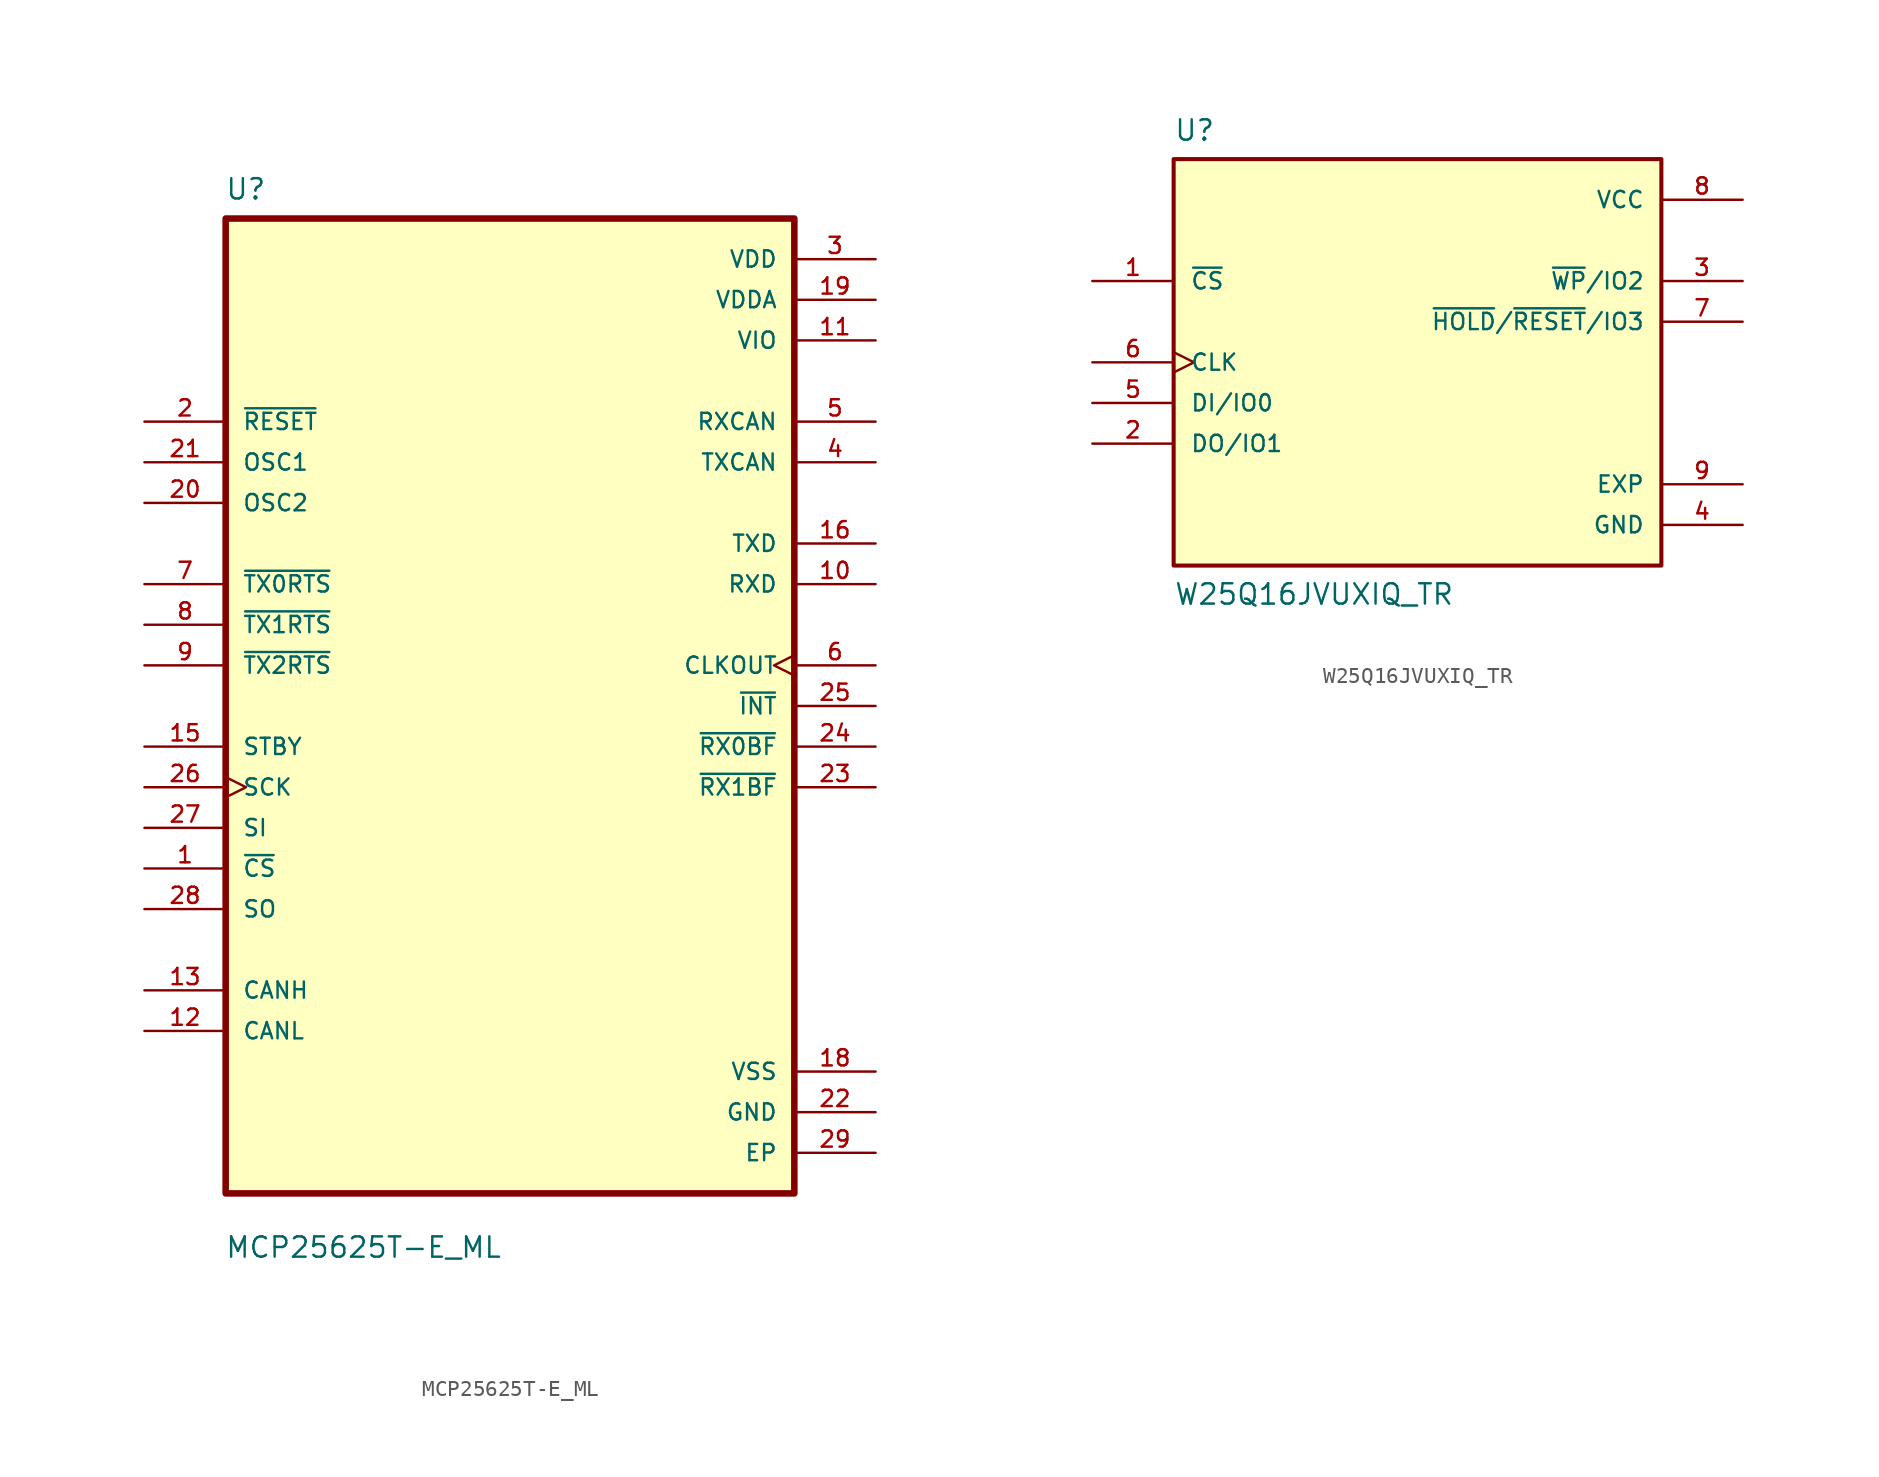
<source format=kicad_sym>
(kicad_symbol_lib
  (version 20220914)
  (generator kicad_symbol_editor)
  (symbol "MCP25625T-E_ML"
    (pin_names
      (offset 1.016))
    (property "Reference" "U"
      (at -17.833 31.574 0)
      (effects (font (size 1.27 1.27)) (justify left bottom)))
    (property "Value" "MCP25625T-E_ML"
      (at -17.841 -34.599 0)
      (effects (font (size 1.27 1.27)) (justify left bottom)))
    (symbol "MCP25625T-E_ML_0_0"
      (rectangle (start -17.78 -30.48) (end 17.78 30.48) (stroke (width 0.41) (type default)) (fill (type background)))
      (pin input line (at -22.86 -10.16 0) (length 5.08) (name "~{CS}" (effects (font (size 1.016 1.016)))) (number "1" (effects (font (size 1.016 1.016)))))
      (pin output line (at 22.86 7.62 180) (length 5.08) (name "RXD" (effects (font (size 1.016 1.016)))) (number "10" (effects (font (size 1.016 1.016)))))
      (pin power_in line (at 22.86 22.86 180) (length 5.08) (name "VIO" (effects (font (size 1.016 1.016)))) (number "11" (effects (font (size 1.016 1.016)))))
      (pin bidirectional line (at -22.86 -20.32 0) (length 5.08) (name "CANL" (effects (font (size 1.016 1.016)))) (number "12" (effects (font (size 1.016 1.016)))))
      (pin bidirectional line (at -22.86 -17.78 0) (length 5.08) (name "CANH" (effects (font (size 1.016 1.016)))) (number "13" (effects (font (size 1.016 1.016)))))
      (pin input line (at -22.86 -2.54 0) (length 5.08) (name "STBY" (effects (font (size 1.016 1.016)))) (number "15" (effects (font (size 1.016 1.016)))))
      (pin input line (at 22.86 10.16 180) (length 5.08) (name "TXD" (effects (font (size 1.016 1.016)))) (number "16" (effects (font (size 1.016 1.016)))))
      (pin power_in line (at 22.86 -22.86 180) (length 5.08) (name "VSS" (effects (font (size 1.016 1.016)))) (number "18" (effects (font (size 1.016 1.016)))))
      (pin power_in line (at 22.86 25.4 180) (length 5.08) (name "VDDA" (effects (font (size 1.016 1.016)))) (number "19" (effects (font (size 1.016 1.016)))))
      (pin input line (at -22.86 17.78 0) (length 5.08) (name "~{RESET}" (effects (font (size 1.016 1.016)))) (number "2" (effects (font (size 1.016 1.016)))))
      (pin output line (at -22.86 12.7 0) (length 5.08) (name "OSC2" (effects (font (size 1.016 1.016)))) (number "20" (effects (font (size 1.016 1.016)))))
      (pin input line (at -22.86 15.24 0) (length 5.08) (name "OSC1" (effects (font (size 1.016 1.016)))) (number "21" (effects (font (size 1.016 1.016)))))
      (pin power_in line (at 22.86 -25.4 180) (length 5.08) (name "GND" (effects (font (size 1.016 1.016)))) (number "22" (effects (font (size 1.016 1.016)))))
      (pin output line (at 22.86 -5.08 180) (length 5.08) (name "~{RX1BF}" (effects (font (size 1.016 1.016)))) (number "23" (effects (font (size 1.016 1.016)))))
      (pin output line (at 22.86 -2.54 180) (length 5.08) (name "~{RX0BF}" (effects (font (size 1.016 1.016)))) (number "24" (effects (font (size 1.016 1.016)))))
      (pin output line (at 22.86 0 180) (length 5.08) (name "~{INT}" (effects (font (size 1.016 1.016)))) (number "25" (effects (font (size 1.016 1.016)))))
      (pin input clock (at -22.86 -5.08 0) (length 5.08) (name "SCK" (effects (font (size 1.016 1.016)))) (number "26" (effects (font (size 1.016 1.016)))))
      (pin input line (at -22.86 -7.62 0) (length 5.08) (name "SI" (effects (font (size 1.016 1.016)))) (number "27" (effects (font (size 1.016 1.016)))))
      (pin output line (at -22.86 -12.7 0) (length 5.08) (name "SO" (effects (font (size 1.016 1.016)))) (number "28" (effects (font (size 1.016 1.016)))))
      (pin power_in line (at 22.86 -27.94 180) (length 5.08) (name "EP" (effects (font (size 1.016 1.016)))) (number "29" (effects (font (size 1.016 1.016)))))
      (pin power_in line (at 22.86 27.94 180) (length 5.08) (name "VDD" (effects (font (size 1.016 1.016)))) (number "3" (effects (font (size 1.016 1.016)))))
      (pin output line (at 22.86 15.24 180) (length 5.08) (name "TXCAN" (effects (font (size 1.016 1.016)))) (number "4" (effects (font (size 1.016 1.016)))))
      (pin input line (at 22.86 17.78 180) (length 5.08) (name "RXCAN" (effects (font (size 1.016 1.016)))) (number "5" (effects (font (size 1.016 1.016)))))
      (pin output clock (at 22.86 2.54 180) (length 5.08) (name "CLKOUT" (effects (font (size 1.016 1.016)))) (number "6" (effects (font (size 1.016 1.016)))))
      (pin input line (at -22.86 7.62 0) (length 5.08) (name "~{TX0RTS}" (effects (font (size 1.016 1.016)))) (number "7" (effects (font (size 1.016 1.016)))))
      (pin input line (at -22.86 5.08 0) (length 5.08) (name "~{TX1RTS}" (effects (font (size 1.016 1.016)))) (number "8" (effects (font (size 1.016 1.016)))))
      (pin input line (at -22.86 2.54 0) (length 5.08) (name "~{TX2RTS}" (effects (font (size 1.016 1.016)))) (number "9" (effects (font (size 1.016 1.016)))))))
  (symbol "W25Q16JVUXIQ_TR"
    (pin_names
      (offset 1.016))
    (property "Reference" "U"
      (at -15.24 15.24 0)
      (effects (font (size 1.27 1.27)) (justify left top)))
    (property "Value" "W25Q16JVUXIQ_TR"
      (at -15.24 -15.24 0)
      (effects (font (size 1.27 1.27)) (justify left bottom)))
    (symbol "W25Q16JVUXIQ_TR_0_0"
      (rectangle (start -15.24 -12.7) (end 15.24 12.7) (stroke (width 0.254) (type default)) (fill (type background)))
      (pin input line (at -20.32 5.08 0) (length 5.08) (name "~{CS}" (effects (font (size 1.016 1.016)))) (number "1" (effects (font (size 1.016 1.016)))))
      (pin bidirectional line (at -20.32 -5.08 0) (length 5.08) (name "DO/IO1" (effects (font (size 1.016 1.016)))) (number "2" (effects (font (size 1.016 1.016)))))
      (pin bidirectional line (at 20.32 5.08 180) (length 5.08) (name "~{WP}/IO2" (effects (font (size 1.016 1.016)))) (number "3" (effects (font (size 1.016 1.016)))))
      (pin power_in line (at 20.32 -10.16 180) (length 5.08) (name "GND" (effects (font (size 1.016 1.016)))) (number "4" (effects (font (size 1.016 1.016)))))
      (pin bidirectional line (at -20.32 -2.54 0) (length 5.08) (name "DI/IO0" (effects (font (size 1.016 1.016)))) (number "5" (effects (font (size 1.016 1.016)))))
      (pin input clock (at -20.32 0 0) (length 5.08) (name "CLK" (effects (font (size 1.016 1.016)))) (number "6" (effects (font (size 1.016 1.016)))))
      (pin bidirectional line (at 20.32 2.54 180) (length 5.08) (name "~{HOLD}/~{RESET}/IO3" (effects (font (size 1.016 1.016)))) (number "7" (effects (font (size 1.016 1.016)))))
      (pin power_in line (at 20.32 10.16 180) (length 5.08) (name "VCC" (effects (font (size 1.016 1.016)))) (number "8" (effects (font (size 1.016 1.016)))))
      (pin passive line (at 20.32 -7.62 180) (length 5.08) (name "EXP" (effects (font (size 1.016 1.016)))) (number "9" (effects (font (size 1.016 1.016))))))))
</source>
